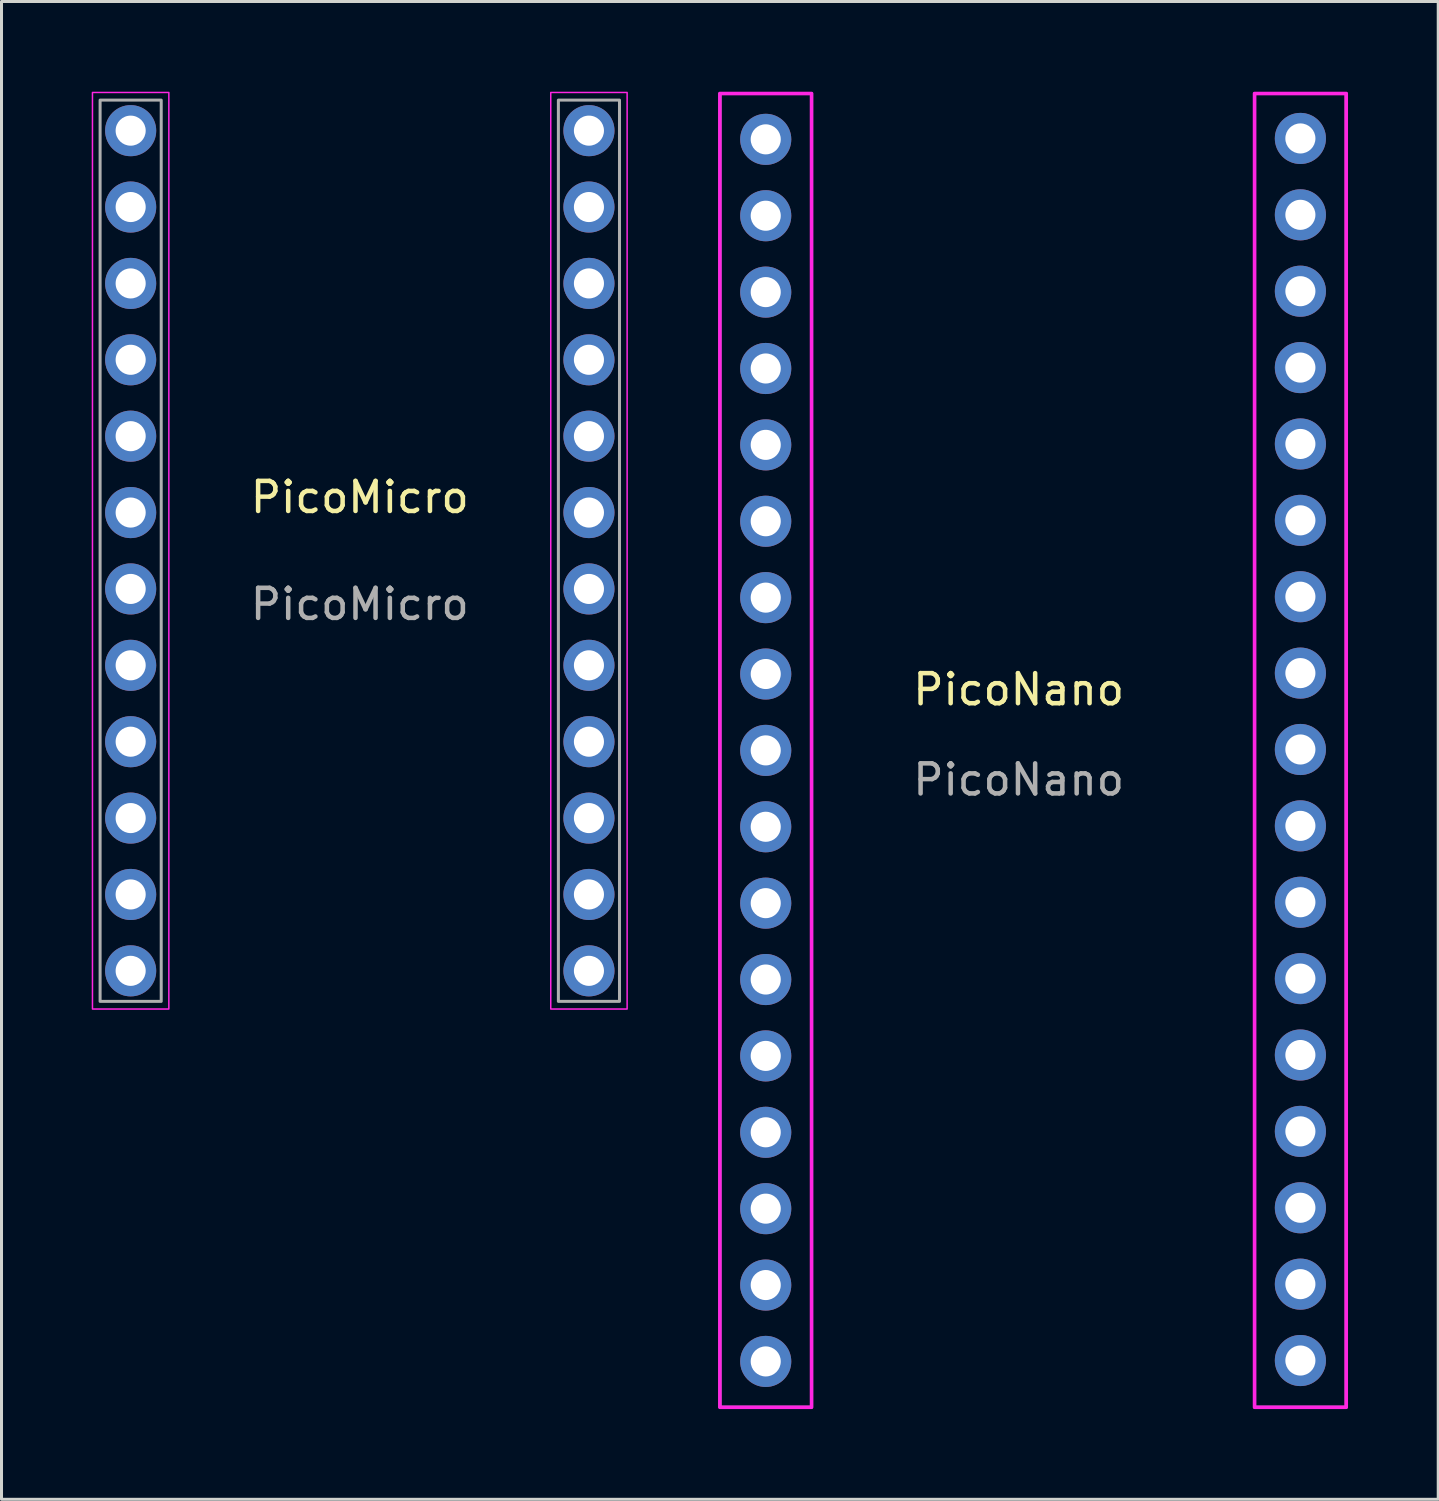
<source format=kicad_pcb>
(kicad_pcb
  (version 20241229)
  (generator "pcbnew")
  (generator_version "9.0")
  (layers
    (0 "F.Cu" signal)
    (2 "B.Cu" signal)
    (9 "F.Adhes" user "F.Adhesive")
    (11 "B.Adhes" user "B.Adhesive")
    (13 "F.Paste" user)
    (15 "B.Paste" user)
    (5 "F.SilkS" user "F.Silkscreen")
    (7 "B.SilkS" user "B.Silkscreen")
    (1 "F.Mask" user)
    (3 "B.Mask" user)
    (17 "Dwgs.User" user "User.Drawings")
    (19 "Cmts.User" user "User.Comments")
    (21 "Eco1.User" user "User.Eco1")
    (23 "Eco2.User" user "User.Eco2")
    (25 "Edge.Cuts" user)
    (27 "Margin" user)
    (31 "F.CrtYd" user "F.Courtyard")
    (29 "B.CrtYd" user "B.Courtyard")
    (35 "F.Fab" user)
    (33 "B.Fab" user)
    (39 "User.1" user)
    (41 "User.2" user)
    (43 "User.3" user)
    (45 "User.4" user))
  (footprint "PicoNano"
    (layer "F.Cu")
    (at 32.066 20.38)
    (property "Reference" "PicoNano" (at -1.24 -0.5 0) (unlocked yes) (layer "F.SilkS") (effects (font (size 1 1) (thickness 0.15))))
    (attr board_only exclude_from_pos_files exclude_from_bom)
    (fp_rect (start -11.176 -20.32) (end -8.128 23.368) (stroke (width 0.12) (type default)) (fill no) (layer "F.CrtYd"))
    (fp_rect (start 6.604 -20.32) (end 9.652 23.368) (stroke (width 0.12) (type default)) (fill no) (layer "F.CrtYd"))
    (fp_rect (start -11.176 -20.32) (end -8.128 23.368) (stroke (width 0.1) (type default)) (fill no) (layer "F.Fab"))
    (fp_rect (start 6.604 -20.32) (end 9.652 23.368) (stroke (width 0.1) (type default)) (fill no) (layer "F.Fab"))
    (fp_text user "${REFERENCE}" (at -1.24 2.5 0) (unlocked yes) (layer "F.Fab") (effects (font (size 1 1) (thickness 0.15))))
    (pad "1" thru_hole circle (at -9.652 -18.796) (size 1.7 1.7) (drill 1) (layers "*.Cu" "*.Mask"))
    (pad "2" thru_hole circle (at -9.652 -16.256) (size 1.7 1.7) (drill 1) (layers "*.Cu" "*.Mask"))
    (pad "3" thru_hole circle (at -9.652 -13.716) (size 1.7 1.7) (drill 1) (layers "*.Cu" "*.Mask"))
    (pad "4" thru_hole circle (at -9.652 -11.176) (size 1.7 1.7) (drill 1) (layers "*.Cu" "*.Mask"))
    (pad "5" thru_hole circle (at -9.652 -8.636) (size 1.7 1.7) (drill 1) (layers "*.Cu" "*.Mask"))
    (pad "6" thru_hole circle (at -9.652 -6.096) (size 1.7 1.7) (drill 1) (layers "*.Cu" "*.Mask"))
    (pad "7" thru_hole circle (at -9.652 -3.556) (size 1.7 1.7) (drill 1) (layers "*.Cu" "*.Mask"))
    (pad "8" thru_hole circle (at -9.652 -1.016) (size 1.7 1.7) (drill 1) (layers "*.Cu" "*.Mask"))
    (pad "9" thru_hole circle (at -9.652 1.524) (size 1.7 1.7) (drill 1) (layers "*.Cu" "*.Mask"))
    (pad "10" thru_hole circle (at -9.652 4.064) (size 1.7 1.7) (drill 1) (layers "*.Cu" "*.Mask"))
    (pad "11" thru_hole circle (at -9.652 6.604) (size 1.7 1.7) (drill 1) (layers "*.Cu" "*.Mask"))
    (pad "12" thru_hole circle (at -9.652 9.144) (size 1.7 1.7) (drill 1) (layers "*.Cu" "*.Mask"))
    (pad "13" thru_hole circle (at -9.652 11.684) (size 1.7 1.7) (drill 1) (layers "*.Cu" "*.Mask"))
    (pad "14" thru_hole circle (at -9.652 14.224) (size 1.7 1.7) (drill 1) (layers "*.Cu" "*.Mask"))
    (pad "15" thru_hole circle (at -9.652 16.764) (size 1.7 1.7) (drill 1) (layers "*.Cu" "*.Mask"))
    (pad "16" thru_hole circle (at -9.652 19.304) (size 1.7 1.7) (drill 1) (layers "*.Cu" "*.Mask"))
    (pad "17" thru_hole circle (at -9.652 21.844) (size 1.7 1.7) (drill 1) (layers "*.Cu" "*.Mask"))
    (pad "18" thru_hole circle (at 8.128 21.814) (size 1.7 1.7) (drill 1) (layers "*.Cu" "*.Mask"))
    (pad "19" thru_hole circle (at 8.128 19.274) (size 1.7 1.7) (drill 1) (layers "*.Cu" "*.Mask"))
    (pad "20" thru_hole circle (at 8.128 16.734) (size 1.7 1.7) (drill 1) (layers "*.Cu" "*.Mask"))
    (pad "21" thru_hole circle (at 8.128 14.194) (size 1.7 1.7) (drill 1) (layers "*.Cu" "*.Mask"))
    (pad "22" thru_hole circle (at 8.128 11.654) (size 1.7 1.7) (drill 1) (layers "*.Cu" "*.Mask"))
    (pad "23" thru_hole circle (at 8.128 9.114) (size 1.7 1.7) (drill 1) (layers "*.Cu" "*.Mask"))
    (pad "24" thru_hole circle (at 8.128 6.574) (size 1.7 1.7) (drill 1) (layers "*.Cu" "*.Mask"))
    (pad "25" thru_hole circle (at 8.128 4.034) (size 1.7 1.7) (drill 1) (layers "*.Cu" "*.Mask"))
    (pad "26" thru_hole circle (at 8.128 1.494) (size 1.7 1.7) (drill 1) (layers "*.Cu" "*.Mask"))
    (pad "27" thru_hole circle (at 8.128 -1.046) (size 1.7 1.7) (drill 1) (layers "*.Cu" "*.Mask"))
    (pad "28" thru_hole circle (at 8.128 -3.586) (size 1.7 1.7) (drill 1) (layers "*.Cu" "*.Mask"))
    (pad "29" thru_hole circle (at 8.128 -6.126) (size 1.7 1.7) (drill 1) (layers "*.Cu" "*.Mask"))
    (pad "30" thru_hole circle (at 8.128 -8.666) (size 1.7 1.7) (drill 1) (layers "*.Cu" "*.Mask"))
    (pad "31" thru_hole circle (at 8.128 -11.206) (size 1.7 1.7) (drill 1) (layers "*.Cu" "*.Mask"))
    (pad "32" thru_hole circle (at 8.128 -13.746) (size 1.7 1.7) (drill 1) (layers "*.Cu" "*.Mask"))
    (pad "33" thru_hole circle (at 8.128 -16.286) (size 1.7 1.7) (drill 1) (layers "*.Cu" "*.Mask"))
    (pad "34" thru_hole circle (at 8.128 -18.826) (size 1.7 1.7) (drill 1) (layers "*.Cu" "*.Mask")))
  (footprint "PicoMicro"
    (layer "F.Cu")
    (at 1.295 1.295)
    (property "Reference" "PicoMicro" (at 7.62 12.192 0) (layer "F.SilkS") (effects (font (size 1 1) (thickness 0.15))))
    (attr through_hole)
    (fp_rect (start -1.27 -1.27) (end 1.27 29.21) (stroke (width 0.05) (type default)) (fill no) (layer "F.CrtYd"))
    (fp_rect (start 13.97 -1.27) (end 16.51 29.21) (stroke (width 0.05) (type default)) (fill no) (layer "F.CrtYd"))
    (fp_rect (start -1.016 -1.016) (end 1.016 28.956) (stroke (width 0.1) (type default)) (fill no) (layer "F.Fab"))
    (fp_rect (start 14.224 -1.016) (end 16.256 28.956) (stroke (width 0.1) (type default)) (fill no) (layer "F.Fab"))
    (fp_text user "${REFERENCE}" (at 7.62 15.748 180) (layer "F.Fab") (effects (font (size 1 1) (thickness 0.15))))
    (pad "1" thru_hole circle (at 0 0) (size 1.7 1.7) (drill 1) (layers "*.Cu" "*.Mask"))
    (pad "2" thru_hole circle (at 0 2.54) (size 1.7 1.7) (drill 1) (layers "*.Cu" "*.Mask"))
    (pad "3" thru_hole circle (at 0 5.08) (size 1.7 1.7) (drill 1) (layers "*.Cu" "*.Mask"))
    (pad "4" thru_hole circle (at 0 7.62) (size 1.7 1.7) (drill 1) (layers "*.Cu" "*.Mask"))
    (pad "5" thru_hole circle (at 0 10.16) (size 1.7 1.7) (drill 1) (layers "*.Cu" "*.Mask"))
    (pad "6" thru_hole circle (at 0 12.7) (size 1.7 1.7) (drill 1) (layers "*.Cu" "*.Mask"))
    (pad "7" thru_hole circle (at 0 15.24) (size 1.7 1.7) (drill 1) (layers "*.Cu" "*.Mask"))
    (pad "8" thru_hole circle (at 0 17.78) (size 1.7 1.7) (drill 1) (layers "*.Cu" "*.Mask"))
    (pad "9" thru_hole circle (at 0 20.32) (size 1.7 1.7) (drill 1) (layers "*.Cu" "*.Mask"))
    (pad "10" thru_hole circle (at 0 22.86) (size 1.7 1.7) (drill 1) (layers "*.Cu" "*.Mask"))
    (pad "11" thru_hole circle (at 0 25.4) (size 1.7 1.7) (drill 1) (layers "*.Cu" "*.Mask"))
    (pad "12" thru_hole circle (at 0 27.94) (size 1.7 1.7) (drill 1) (layers "*.Cu" "*.Mask"))
    (pad "13" thru_hole circle (at 15.24 27.94) (size 1.7 1.7) (drill 1) (layers "*.Cu" "*.Mask"))
    (pad "14" thru_hole circle (at 15.24 25.4) (size 1.7 1.7) (drill 1) (layers "*.Cu" "*.Mask"))
    (pad "15" thru_hole circle (at 15.24 22.86) (size 1.7 1.7) (drill 1) (layers "*.Cu" "*.Mask"))
    (pad "16" thru_hole circle (at 15.24 20.32) (size 1.7 1.7) (drill 1) (layers "*.Cu" "*.Mask"))
    (pad "17" thru_hole circle (at 15.24 17.78) (size 1.7 1.7) (drill 1) (layers "*.Cu" "*.Mask"))
    (pad "18" thru_hole circle (at 15.24 15.24) (size 1.7 1.7) (drill 1) (layers "*.Cu" "*.Mask"))
    (pad "19" thru_hole circle (at 15.24 12.7) (size 1.7 1.7) (drill 1) (layers "*.Cu" "*.Mask"))
    (pad "20" thru_hole circle (at 15.24 10.16) (size 1.7 1.7) (drill 1) (layers "*.Cu" "*.Mask"))
    (pad "21" thru_hole circle (at 15.24 7.62) (size 1.7 1.7) (drill 1) (layers "*.Cu" "*.Mask"))
    (pad "22" thru_hole circle (at 15.24 5.08) (size 1.7 1.7) (drill 1) (layers "*.Cu" "*.Mask"))
    (pad "23" thru_hole circle (at 15.24 2.54) (size 1.7 1.7) (drill 1) (layers "*.Cu" "*.Mask"))
    (pad "24" thru_hole circle (at 15.24 0) (size 1.7 1.7) (drill 1) (layers "*.Cu" "*.Mask")))
  (gr_rect
    (start -3 -3)
    (end 44.778 46.808)
    (stroke (width 0.1) (type default))
    (fill no)
    (layer "Edge.Cuts")))
</source>
